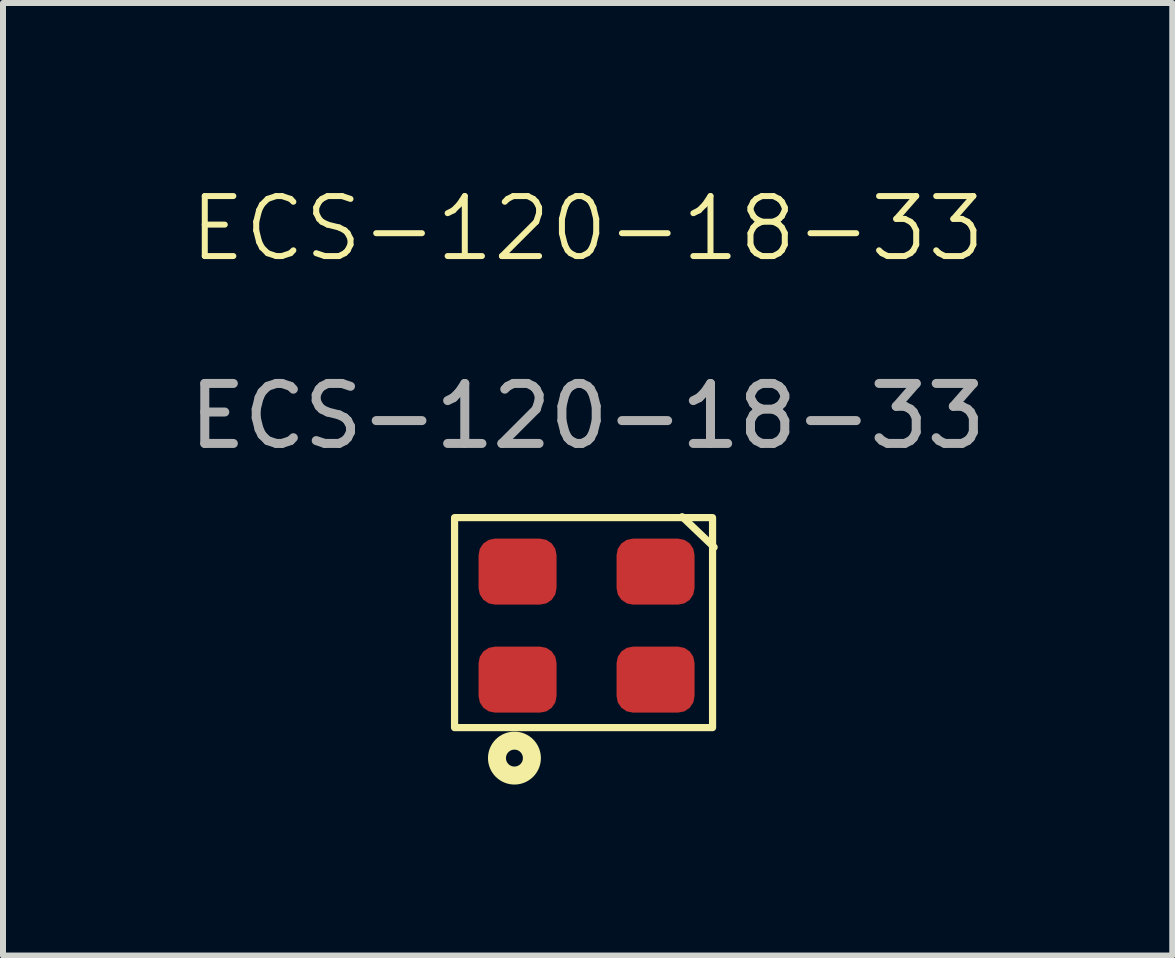
<source format=kicad_pcb>
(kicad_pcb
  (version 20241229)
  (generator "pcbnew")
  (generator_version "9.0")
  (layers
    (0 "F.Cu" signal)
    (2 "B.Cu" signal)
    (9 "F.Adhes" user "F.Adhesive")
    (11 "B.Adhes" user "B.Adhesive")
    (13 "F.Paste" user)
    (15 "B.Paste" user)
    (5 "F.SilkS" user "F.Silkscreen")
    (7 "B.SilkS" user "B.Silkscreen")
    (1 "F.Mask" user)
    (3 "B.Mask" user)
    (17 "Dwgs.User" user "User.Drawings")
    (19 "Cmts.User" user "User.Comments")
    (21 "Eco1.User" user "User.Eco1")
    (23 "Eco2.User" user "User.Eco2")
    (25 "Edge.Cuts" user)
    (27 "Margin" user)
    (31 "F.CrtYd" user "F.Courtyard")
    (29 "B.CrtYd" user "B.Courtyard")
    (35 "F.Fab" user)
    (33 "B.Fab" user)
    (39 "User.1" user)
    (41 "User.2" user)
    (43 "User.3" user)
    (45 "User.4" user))
  (footprint "ECS-120-18-33"
    (layer "F.Cu")
    (at 6.744 7.391)
    (property "Reference" "ECS-120-18-33" (at 0 -6.631 0) (unlocked yes) (layer "F.SilkS") (effects (font (size 1 1) (thickness 0.1))))
    (attr smd)
    (fp_line (start 1.575 -1.829) (end 2.108 -1.321) (stroke (width 0.12) (type default)) (layer "F.SilkS"))
    (fp_rect (start -2.218 -1.814) (end 2.082 1.686) (stroke (width 0.12) (type solid)) (fill no) (layer "F.SilkS"))
    (fp_circle (center -1.22 2.194) (end -1.079 2.194) (stroke (width 0.3) (type solid)) (fill no) (layer "F.SilkS"))
    (fp_text user "${REFERENCE}" (at 0 -3.505 0) (unlocked yes) (layer "F.Fab") (effects (font (size 1 1) (thickness 0.15))))
    (pad "1" smd roundrect (at -1.168 0.886) (size 1.3 1.1) (layers "F.Cu" "F.Mask" "F.Paste") (roundrect_rratio 0.25))
    (pad "2" smd roundrect (at 1.132 0.886) (size 1.3 1.1) (layers "F.Cu" "F.Mask" "F.Paste") (roundrect_rratio 0.25))
    (pad "3" smd roundrect (at 1.132 -0.914) (size 1.3 1.1) (layers "F.Cu" "F.Mask" "F.Paste") (roundrect_rratio 0.25))
    (pad "4" smd roundrect (at -1.168 -0.914) (size 1.3 1.1) (layers "F.Cu" "F.Mask" "F.Paste") (roundrect_rratio 0.25)))
  (gr_rect
    (start -3 -3)
    (end 16.488 12.876)
    (stroke (width 0.1) (type default))
    (fill no)
    (layer "Edge.Cuts")))
</source>
